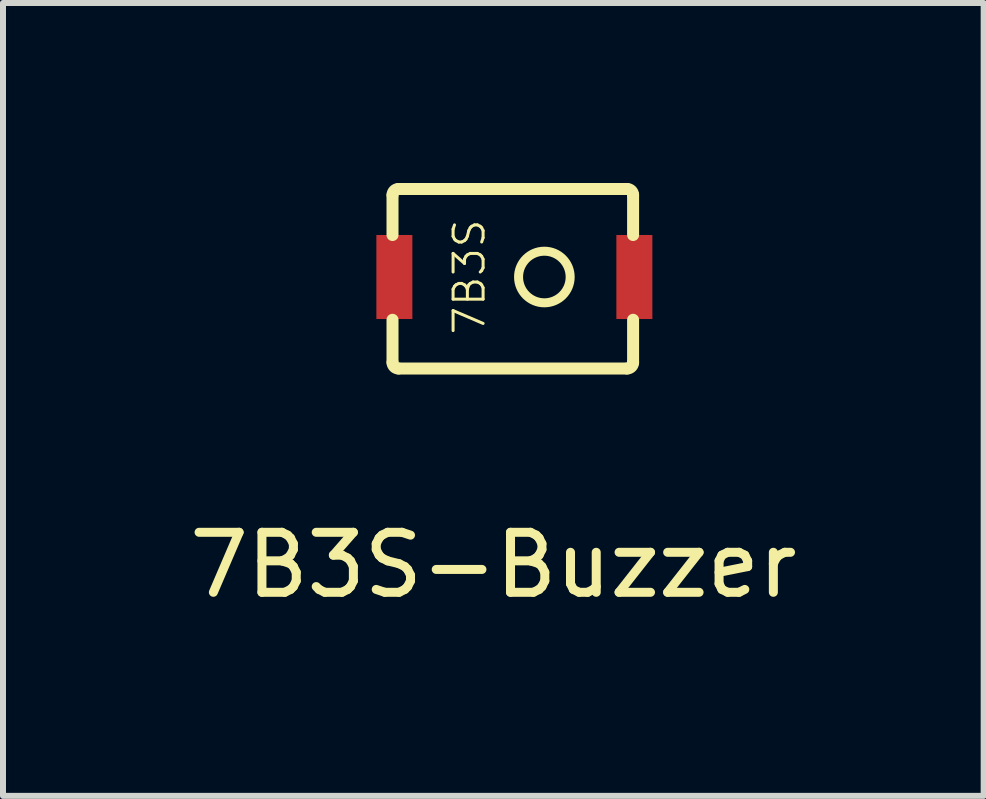
<source format=kicad_pcb>
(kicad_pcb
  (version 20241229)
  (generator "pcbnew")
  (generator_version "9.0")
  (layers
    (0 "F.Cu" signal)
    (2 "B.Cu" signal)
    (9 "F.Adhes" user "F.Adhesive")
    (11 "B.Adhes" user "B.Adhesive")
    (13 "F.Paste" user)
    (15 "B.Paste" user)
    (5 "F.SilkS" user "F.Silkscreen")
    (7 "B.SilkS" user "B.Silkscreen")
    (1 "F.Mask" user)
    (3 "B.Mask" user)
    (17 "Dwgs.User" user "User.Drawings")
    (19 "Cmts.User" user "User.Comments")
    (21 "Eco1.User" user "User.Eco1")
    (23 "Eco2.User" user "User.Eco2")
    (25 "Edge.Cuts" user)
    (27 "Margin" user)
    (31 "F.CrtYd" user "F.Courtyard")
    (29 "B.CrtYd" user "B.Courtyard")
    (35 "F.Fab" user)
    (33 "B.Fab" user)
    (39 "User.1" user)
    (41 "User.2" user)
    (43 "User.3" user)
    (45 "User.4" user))
  (footprint "7B3S-Buzzer"
    (layer "F.Cu")
    (at 5.173 5.867)
    (property "Reference" "7B3S-Buzzer" (at 0 0.5 0) (layer "F.SilkS") (effects (font (size 1 1) (thickness 0.15))))
    (attr through_hole)
    (fp_line (start -1.681 -5.667) (end -1.681 -5) (stroke (width 0.2) (type solid)) (layer "F.SilkS"))
    (fp_line (start -1.681 -3.587) (end -1.681 -2.875) (stroke (width 0.2) (type solid)) (layer "F.SilkS"))
    (fp_line (start -1.581 -5.767) (end 2.229 -5.767) (stroke (width 0.2) (type solid)) (layer "F.SilkS"))
    (fp_line (start -1.581 -2.775) (end 2.229 -2.775) (stroke (width 0.2) (type solid)) (layer "F.SilkS"))
    (fp_line (start 2.329 -5.667) (end 2.329 -5) (stroke (width 0.2) (type solid)) (layer "F.SilkS"))
    (fp_line (start 2.329 -3.587) (end 2.329 -2.875) (stroke (width 0.2) (type solid)) (layer "F.SilkS"))
    (fp_arc (start -1.680635 -5.666971) (mid -1.651346 -5.737682) (end -1.580635 -5.766971) (stroke (width 0.2) (type solid)) (layer "F.SilkS"))
    (fp_arc (start -1.580635 -2.775313) (mid -1.651346 -2.804602) (end -1.680635 -2.875313) (stroke (width 0.2) (type solid)) (layer "F.SilkS"))
    (fp_arc (start 2.228791 -5.766971) (mid 2.299502 -5.737682) (end 2.328791 -5.666971) (stroke (width 0.2) (type solid)) (layer "F.SilkS"))
    (fp_arc (start 2.328791 -2.875313) (mid 2.299502 -2.804602) (end 2.228791 -2.775313) (stroke (width 0.2) (type solid)) (layer "F.SilkS"))
    (fp_circle (center 0.85 -4.3) (end 1.2 -4.55) (stroke (width 0.15) (type solid)) (fill no) (layer "F.SilkS"))
    (fp_text user "7B3S" (at -0.4 -4.3 90) (layer "F.SilkS") (effects (font (size 0.5 0.5) (thickness 0.05))))
    (pad "1" smd rect (at -1.65 -4.3) (size 0.6 1.4) (layers "F.Cu" "F.Mask" "F.Paste"))
    (pad "2" smd rect (at 2.35 -4.3) (size 0.6 1.4) (layers "F.Cu" "F.Mask" "F.Paste")))
  (gr_rect
    (start -3 -3)
    (end 13.345 10.215)
    (stroke (width 0.1) (type default))
    (fill no)
    (layer "Edge.Cuts")))
</source>
